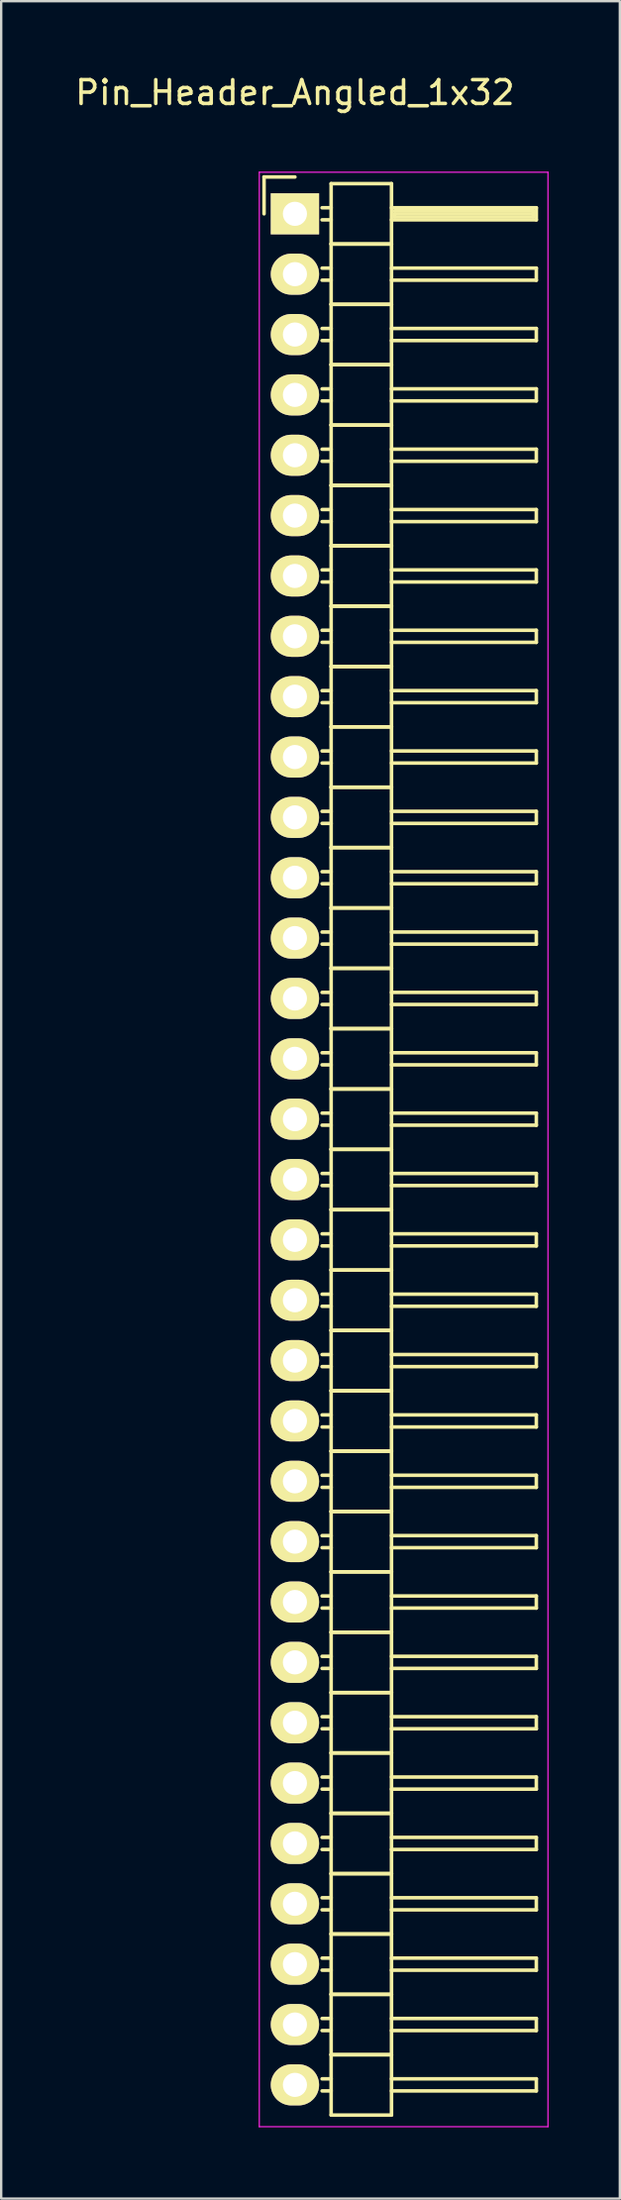
<source format=kicad_pcb>
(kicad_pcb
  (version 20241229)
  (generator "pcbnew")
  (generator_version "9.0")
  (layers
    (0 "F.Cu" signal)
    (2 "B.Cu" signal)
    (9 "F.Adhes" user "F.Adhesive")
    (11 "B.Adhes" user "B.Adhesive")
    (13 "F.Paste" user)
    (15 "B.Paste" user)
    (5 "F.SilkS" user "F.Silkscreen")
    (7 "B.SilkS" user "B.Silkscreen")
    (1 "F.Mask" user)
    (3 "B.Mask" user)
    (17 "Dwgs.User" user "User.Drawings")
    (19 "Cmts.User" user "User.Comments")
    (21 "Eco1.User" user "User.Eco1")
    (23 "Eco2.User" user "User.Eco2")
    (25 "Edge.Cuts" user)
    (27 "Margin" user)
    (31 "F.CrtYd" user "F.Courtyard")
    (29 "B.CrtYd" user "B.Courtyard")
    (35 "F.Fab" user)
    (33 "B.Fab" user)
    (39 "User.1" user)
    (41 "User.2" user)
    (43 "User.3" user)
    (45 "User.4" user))
  (footprint "Pin_Header_Angled_1x32"
    (layer "F.Cu")
    (at 9.363 5.948)
    (property "Reference" "Pin_Header_Angled_1x32" (at 0 -5.1 0) (layer "F.SilkS") (effects (font (size 1 1) (thickness 0.15))))
    (attr through_hole)
    (fp_line (start -1.3 -1.55) (end -1.3 0) (stroke (width 0.15) (type solid)) (layer "F.SilkS"))
    (fp_line (start 0 -1.55) (end -1.3 -1.55) (stroke (width 0.15) (type solid)) (layer "F.SilkS"))
    (fp_line (start 1.524 -1.27) (end 1.524 1.27) (stroke (width 0.15) (type solid)) (layer "F.SilkS"))
    (fp_line (start 1.524 -1.27) (end 4.064 -1.27) (stroke (width 0.15) (type solid)) (layer "F.SilkS"))
    (fp_line (start 1.524 -0.254) (end 1.143 -0.254) (stroke (width 0.15) (type solid)) (layer "F.SilkS"))
    (fp_line (start 1.524 0.254) (end 1.143 0.254) (stroke (width 0.15) (type solid)) (layer "F.SilkS"))
    (fp_line (start 1.524 1.27) (end 1.524 3.81) (stroke (width 0.15) (type solid)) (layer "F.SilkS"))
    (fp_line (start 1.524 1.27) (end 4.064 1.27) (stroke (width 0.15) (type solid)) (layer "F.SilkS"))
    (fp_line (start 1.524 1.27) (end 4.064 1.27) (stroke (width 0.15) (type solid)) (layer "F.SilkS"))
    (fp_line (start 1.524 2.286) (end 1.143 2.286) (stroke (width 0.15) (type solid)) (layer "F.SilkS"))
    (fp_line (start 1.524 2.794) (end 1.143 2.794) (stroke (width 0.15) (type solid)) (layer "F.SilkS"))
    (fp_line (start 1.524 3.81) (end 1.524 6.35) (stroke (width 0.15) (type solid)) (layer "F.SilkS"))
    (fp_line (start 1.524 3.81) (end 4.064 3.81) (stroke (width 0.15) (type solid)) (layer "F.SilkS"))
    (fp_line (start 1.524 3.81) (end 4.064 3.81) (stroke (width 0.15) (type solid)) (layer "F.SilkS"))
    (fp_line (start 1.524 4.826) (end 1.143 4.826) (stroke (width 0.15) (type solid)) (layer "F.SilkS"))
    (fp_line (start 1.524 5.334) (end 1.143 5.334) (stroke (width 0.15) (type solid)) (layer "F.SilkS"))
    (fp_line (start 1.524 6.35) (end 1.524 8.89) (stroke (width 0.15) (type solid)) (layer "F.SilkS"))
    (fp_line (start 1.524 6.35) (end 4.064 6.35) (stroke (width 0.15) (type solid)) (layer "F.SilkS"))
    (fp_line (start 1.524 6.35) (end 4.064 6.35) (stroke (width 0.15) (type solid)) (layer "F.SilkS"))
    (fp_line (start 1.524 7.366) (end 1.143 7.366) (stroke (width 0.15) (type solid)) (layer "F.SilkS"))
    (fp_line (start 1.524 7.874) (end 1.143 7.874) (stroke (width 0.15) (type solid)) (layer "F.SilkS"))
    (fp_line (start 1.524 8.89) (end 1.524 11.43) (stroke (width 0.15) (type solid)) (layer "F.SilkS"))
    (fp_line (start 1.524 8.89) (end 4.064 8.89) (stroke (width 0.15) (type solid)) (layer "F.SilkS"))
    (fp_line (start 1.524 8.89) (end 4.064 8.89) (stroke (width 0.15) (type solid)) (layer "F.SilkS"))
    (fp_line (start 1.524 9.906) (end 1.143 9.906) (stroke (width 0.15) (type solid)) (layer "F.SilkS"))
    (fp_line (start 1.524 10.414) (end 1.143 10.414) (stroke (width 0.15) (type solid)) (layer "F.SilkS"))
    (fp_line (start 1.524 11.43) (end 1.524 13.97) (stroke (width 0.15) (type solid)) (layer "F.SilkS"))
    (fp_line (start 1.524 11.43) (end 4.064 11.43) (stroke (width 0.15) (type solid)) (layer "F.SilkS"))
    (fp_line (start 1.524 11.43) (end 4.064 11.43) (stroke (width 0.15) (type solid)) (layer "F.SilkS"))
    (fp_line (start 1.524 12.446) (end 1.143 12.446) (stroke (width 0.15) (type solid)) (layer "F.SilkS"))
    (fp_line (start 1.524 12.954) (end 1.143 12.954) (stroke (width 0.15) (type solid)) (layer "F.SilkS"))
    (fp_line (start 1.524 13.97) (end 1.524 16.51) (stroke (width 0.15) (type solid)) (layer "F.SilkS"))
    (fp_line (start 1.524 13.97) (end 4.064 13.97) (stroke (width 0.15) (type solid)) (layer "F.SilkS"))
    (fp_line (start 1.524 13.97) (end 4.064 13.97) (stroke (width 0.15) (type solid)) (layer "F.SilkS"))
    (fp_line (start 1.524 14.986) (end 1.143 14.986) (stroke (width 0.15) (type solid)) (layer "F.SilkS"))
    (fp_line (start 1.524 15.494) (end 1.143 15.494) (stroke (width 0.15) (type solid)) (layer "F.SilkS"))
    (fp_line (start 1.524 16.51) (end 1.524 19.05) (stroke (width 0.15) (type solid)) (layer "F.SilkS"))
    (fp_line (start 1.524 16.51) (end 4.064 16.51) (stroke (width 0.15) (type solid)) (layer "F.SilkS"))
    (fp_line (start 1.524 16.51) (end 4.064 16.51) (stroke (width 0.15) (type solid)) (layer "F.SilkS"))
    (fp_line (start 1.524 17.526) (end 1.143 17.526) (stroke (width 0.15) (type solid)) (layer "F.SilkS"))
    (fp_line (start 1.524 18.034) (end 1.143 18.034) (stroke (width 0.15) (type solid)) (layer "F.SilkS"))
    (fp_line (start 1.524 19.05) (end 1.524 21.59) (stroke (width 0.15) (type solid)) (layer "F.SilkS"))
    (fp_line (start 1.524 19.05) (end 4.064 19.05) (stroke (width 0.15) (type solid)) (layer "F.SilkS"))
    (fp_line (start 1.524 19.05) (end 4.064 19.05) (stroke (width 0.15) (type solid)) (layer "F.SilkS"))
    (fp_line (start 1.524 20.066) (end 1.143 20.066) (stroke (width 0.15) (type solid)) (layer "F.SilkS"))
    (fp_line (start 1.524 20.574) (end 1.143 20.574) (stroke (width 0.15) (type solid)) (layer "F.SilkS"))
    (fp_line (start 1.524 21.59) (end 1.524 24.13) (stroke (width 0.15) (type solid)) (layer "F.SilkS"))
    (fp_line (start 1.524 21.59) (end 4.064 21.59) (stroke (width 0.15) (type solid)) (layer "F.SilkS"))
    (fp_line (start 1.524 21.59) (end 4.064 21.59) (stroke (width 0.15) (type solid)) (layer "F.SilkS"))
    (fp_line (start 1.524 22.606) (end 1.143 22.606) (stroke (width 0.15) (type solid)) (layer "F.SilkS"))
    (fp_line (start 1.524 23.114) (end 1.143 23.114) (stroke (width 0.15) (type solid)) (layer "F.SilkS"))
    (fp_line (start 1.524 24.13) (end 1.524 26.67) (stroke (width 0.15) (type solid)) (layer "F.SilkS"))
    (fp_line (start 1.524 24.13) (end 4.064 24.13) (stroke (width 0.15) (type solid)) (layer "F.SilkS"))
    (fp_line (start 1.524 24.13) (end 4.064 24.13) (stroke (width 0.15) (type solid)) (layer "F.SilkS"))
    (fp_line (start 1.524 25.146) (end 1.143 25.146) (stroke (width 0.15) (type solid)) (layer "F.SilkS"))
    (fp_line (start 1.524 25.654) (end 1.143 25.654) (stroke (width 0.15) (type solid)) (layer "F.SilkS"))
    (fp_line (start 1.524 26.67) (end 1.524 29.21) (stroke (width 0.15) (type solid)) (layer "F.SilkS"))
    (fp_line (start 1.524 26.67) (end 4.064 26.67) (stroke (width 0.15) (type solid)) (layer "F.SilkS"))
    (fp_line (start 1.524 26.67) (end 4.064 26.67) (stroke (width 0.15) (type solid)) (layer "F.SilkS"))
    (fp_line (start 1.524 27.686) (end 1.143 27.686) (stroke (width 0.15) (type solid)) (layer "F.SilkS"))
    (fp_line (start 1.524 28.194) (end 1.143 28.194) (stroke (width 0.15) (type solid)) (layer "F.SilkS"))
    (fp_line (start 1.524 29.21) (end 1.524 31.75) (stroke (width 0.15) (type solid)) (layer "F.SilkS"))
    (fp_line (start 1.524 29.21) (end 4.064 29.21) (stroke (width 0.15) (type solid)) (layer "F.SilkS"))
    (fp_line (start 1.524 29.21) (end 4.064 29.21) (stroke (width 0.15) (type solid)) (layer "F.SilkS"))
    (fp_line (start 1.524 30.226) (end 1.143 30.226) (stroke (width 0.15) (type solid)) (layer "F.SilkS"))
    (fp_line (start 1.524 30.734) (end 1.143 30.734) (stroke (width 0.15) (type solid)) (layer "F.SilkS"))
    (fp_line (start 1.524 31.75) (end 1.524 34.29) (stroke (width 0.15) (type solid)) (layer "F.SilkS"))
    (fp_line (start 1.524 31.75) (end 4.064 31.75) (stroke (width 0.15) (type solid)) (layer "F.SilkS"))
    (fp_line (start 1.524 31.75) (end 4.064 31.75) (stroke (width 0.15) (type solid)) (layer "F.SilkS"))
    (fp_line (start 1.524 32.766) (end 1.143 32.766) (stroke (width 0.15) (type solid)) (layer "F.SilkS"))
    (fp_line (start 1.524 33.274) (end 1.143 33.274) (stroke (width 0.15) (type solid)) (layer "F.SilkS"))
    (fp_line (start 1.524 34.29) (end 1.524 36.83) (stroke (width 0.15) (type solid)) (layer "F.SilkS"))
    (fp_line (start 1.524 34.29) (end 4.064 34.29) (stroke (width 0.15) (type solid)) (layer "F.SilkS"))
    (fp_line (start 1.524 34.29) (end 4.064 34.29) (stroke (width 0.15) (type solid)) (layer "F.SilkS"))
    (fp_line (start 1.524 35.306) (end 1.143 35.306) (stroke (width 0.15) (type solid)) (layer "F.SilkS"))
    (fp_line (start 1.524 35.814) (end 1.143 35.814) (stroke (width 0.15) (type solid)) (layer "F.SilkS"))
    (fp_line (start 1.524 36.83) (end 1.524 39.37) (stroke (width 0.15) (type solid)) (layer "F.SilkS"))
    (fp_line (start 1.524 36.83) (end 4.064 36.83) (stroke (width 0.15) (type solid)) (layer "F.SilkS"))
    (fp_line (start 1.524 36.83) (end 4.064 36.83) (stroke (width 0.15) (type solid)) (layer "F.SilkS"))
    (fp_line (start 1.524 37.846) (end 1.143 37.846) (stroke (width 0.15) (type solid)) (layer "F.SilkS"))
    (fp_line (start 1.524 38.354) (end 1.143 38.354) (stroke (width 0.15) (type solid)) (layer "F.SilkS"))
    (fp_line (start 1.524 39.37) (end 1.524 41.91) (stroke (width 0.15) (type solid)) (layer "F.SilkS"))
    (fp_line (start 1.524 39.37) (end 4.064 39.37) (stroke (width 0.15) (type solid)) (layer "F.SilkS"))
    (fp_line (start 1.524 39.37) (end 4.064 39.37) (stroke (width 0.15) (type solid)) (layer "F.SilkS"))
    (fp_line (start 1.524 40.386) (end 1.143 40.386) (stroke (width 0.15) (type solid)) (layer "F.SilkS"))
    (fp_line (start 1.524 40.894) (end 1.143 40.894) (stroke (width 0.15) (type solid)) (layer "F.SilkS"))
    (fp_line (start 1.524 41.91) (end 1.524 44.45) (stroke (width 0.15) (type solid)) (layer "F.SilkS"))
    (fp_line (start 1.524 41.91) (end 4.064 41.91) (stroke (width 0.15) (type solid)) (layer "F.SilkS"))
    (fp_line (start 1.524 41.91) (end 4.064 41.91) (stroke (width 0.15) (type solid)) (layer "F.SilkS"))
    (fp_line (start 1.524 42.926) (end 1.143 42.926) (stroke (width 0.15) (type solid)) (layer "F.SilkS"))
    (fp_line (start 1.524 43.434) (end 1.143 43.434) (stroke (width 0.15) (type solid)) (layer "F.SilkS"))
    (fp_line (start 1.524 44.45) (end 1.524 46.99) (stroke (width 0.15) (type solid)) (layer "F.SilkS"))
    (fp_line (start 1.524 44.45) (end 4.064 44.45) (stroke (width 0.15) (type solid)) (layer "F.SilkS"))
    (fp_line (start 1.524 44.45) (end 4.064 44.45) (stroke (width 0.15) (type solid)) (layer "F.SilkS"))
    (fp_line (start 1.524 45.466) (end 1.143 45.466) (stroke (width 0.15) (type solid)) (layer "F.SilkS"))
    (fp_line (start 1.524 45.974) (end 1.143 45.974) (stroke (width 0.15) (type solid)) (layer "F.SilkS"))
    (fp_line (start 1.524 46.99) (end 1.524 49.53) (stroke (width 0.15) (type solid)) (layer "F.SilkS"))
    (fp_line (start 1.524 46.99) (end 4.064 46.99) (stroke (width 0.15) (type solid)) (layer "F.SilkS"))
    (fp_line (start 1.524 46.99) (end 4.064 46.99) (stroke (width 0.15) (type solid)) (layer "F.SilkS"))
    (fp_line (start 1.524 48.006) (end 1.143 48.006) (stroke (width 0.15) (type solid)) (layer "F.SilkS"))
    (fp_line (start 1.524 48.514) (end 1.143 48.514) (stroke (width 0.15) (type solid)) (layer "F.SilkS"))
    (fp_line (start 1.524 49.53) (end 1.524 52.07) (stroke (width 0.15) (type solid)) (layer "F.SilkS"))
    (fp_line (start 1.524 49.53) (end 4.064 49.53) (stroke (width 0.15) (type solid)) (layer "F.SilkS"))
    (fp_line (start 1.524 49.53) (end 4.064 49.53) (stroke (width 0.15) (type solid)) (layer "F.SilkS"))
    (fp_line (start 1.524 50.546) (end 1.143 50.546) (stroke (width 0.15) (type solid)) (layer "F.SilkS"))
    (fp_line (start 1.524 51.054) (end 1.143 51.054) (stroke (width 0.15) (type solid)) (layer "F.SilkS"))
    (fp_line (start 1.524 52.07) (end 1.524 54.61) (stroke (width 0.15) (type solid)) (layer "F.SilkS"))
    (fp_line (start 1.524 52.07) (end 4.064 52.07) (stroke (width 0.15) (type solid)) (layer "F.SilkS"))
    (fp_line (start 1.524 52.07) (end 4.064 52.07) (stroke (width 0.15) (type solid)) (layer "F.SilkS"))
    (fp_line (start 1.524 53.086) (end 1.143 53.086) (stroke (width 0.15) (type solid)) (layer "F.SilkS"))
    (fp_line (start 1.524 53.594) (end 1.143 53.594) (stroke (width 0.15) (type solid)) (layer "F.SilkS"))
    (fp_line (start 1.524 54.61) (end 1.524 57.15) (stroke (width 0.15) (type solid)) (layer "F.SilkS"))
    (fp_line (start 1.524 54.61) (end 4.064 54.61) (stroke (width 0.15) (type solid)) (layer "F.SilkS"))
    (fp_line (start 1.524 54.61) (end 4.064 54.61) (stroke (width 0.15) (type solid)) (layer "F.SilkS"))
    (fp_line (start 1.524 55.626) (end 1.143 55.626) (stroke (width 0.15) (type solid)) (layer "F.SilkS"))
    (fp_line (start 1.524 56.134) (end 1.143 56.134) (stroke (width 0.15) (type solid)) (layer "F.SilkS"))
    (fp_line (start 1.524 57.15) (end 1.524 59.69) (stroke (width 0.15) (type solid)) (layer "F.SilkS"))
    (fp_line (start 1.524 57.15) (end 4.064 57.15) (stroke (width 0.15) (type solid)) (layer "F.SilkS"))
    (fp_line (start 1.524 57.15) (end 4.064 57.15) (stroke (width 0.15) (type solid)) (layer "F.SilkS"))
    (fp_line (start 1.524 58.166) (end 1.143 58.166) (stroke (width 0.15) (type solid)) (layer "F.SilkS"))
    (fp_line (start 1.524 58.674) (end 1.143 58.674) (stroke (width 0.15) (type solid)) (layer "F.SilkS"))
    (fp_line (start 1.524 59.69) (end 1.524 62.23) (stroke (width 0.15) (type solid)) (layer "F.SilkS"))
    (fp_line (start 1.524 59.69) (end 4.064 59.69) (stroke (width 0.15) (type solid)) (layer "F.SilkS"))
    (fp_line (start 1.524 59.69) (end 4.064 59.69) (stroke (width 0.15) (type solid)) (layer "F.SilkS"))
    (fp_line (start 1.524 60.706) (end 1.143 60.706) (stroke (width 0.15) (type solid)) (layer "F.SilkS"))
    (fp_line (start 1.524 61.214) (end 1.143 61.214) (stroke (width 0.15) (type solid)) (layer "F.SilkS"))
    (fp_line (start 1.524 62.23) (end 1.524 64.77) (stroke (width 0.15) (type solid)) (layer "F.SilkS"))
    (fp_line (start 1.524 62.23) (end 4.064 62.23) (stroke (width 0.15) (type solid)) (layer "F.SilkS"))
    (fp_line (start 1.524 62.23) (end 4.064 62.23) (stroke (width 0.15) (type solid)) (layer "F.SilkS"))
    (fp_line (start 1.524 63.246) (end 1.143 63.246) (stroke (width 0.15) (type solid)) (layer "F.SilkS"))
    (fp_line (start 1.524 63.754) (end 1.143 63.754) (stroke (width 0.15) (type solid)) (layer "F.SilkS"))
    (fp_line (start 1.524 64.77) (end 1.524 67.31) (stroke (width 0.15) (type solid)) (layer "F.SilkS"))
    (fp_line (start 1.524 64.77) (end 4.064 64.77) (stroke (width 0.15) (type solid)) (layer "F.SilkS"))
    (fp_line (start 1.524 64.77) (end 4.064 64.77) (stroke (width 0.15) (type solid)) (layer "F.SilkS"))
    (fp_line (start 1.524 65.786) (end 1.143 65.786) (stroke (width 0.15) (type solid)) (layer "F.SilkS"))
    (fp_line (start 1.524 66.294) (end 1.143 66.294) (stroke (width 0.15) (type solid)) (layer "F.SilkS"))
    (fp_line (start 1.524 67.31) (end 1.524 69.85) (stroke (width 0.15) (type solid)) (layer "F.SilkS"))
    (fp_line (start 1.524 67.31) (end 4.064 67.31) (stroke (width 0.15) (type solid)) (layer "F.SilkS"))
    (fp_line (start 1.524 67.31) (end 4.064 67.31) (stroke (width 0.15) (type solid)) (layer "F.SilkS"))
    (fp_line (start 1.524 68.326) (end 1.143 68.326) (stroke (width 0.15) (type solid)) (layer "F.SilkS"))
    (fp_line (start 1.524 68.834) (end 1.143 68.834) (stroke (width 0.15) (type solid)) (layer "F.SilkS"))
    (fp_line (start 1.524 69.85) (end 1.524 72.39) (stroke (width 0.15) (type solid)) (layer "F.SilkS"))
    (fp_line (start 1.524 69.85) (end 4.064 69.85) (stroke (width 0.15) (type solid)) (layer "F.SilkS"))
    (fp_line (start 1.524 69.85) (end 4.064 69.85) (stroke (width 0.15) (type solid)) (layer "F.SilkS"))
    (fp_line (start 1.524 70.866) (end 1.143 70.866) (stroke (width 0.15) (type solid)) (layer "F.SilkS"))
    (fp_line (start 1.524 71.374) (end 1.143 71.374) (stroke (width 0.15) (type solid)) (layer "F.SilkS"))
    (fp_line (start 1.524 72.39) (end 1.524 74.93) (stroke (width 0.15) (type solid)) (layer "F.SilkS"))
    (fp_line (start 1.524 72.39) (end 4.064 72.39) (stroke (width 0.15) (type solid)) (layer "F.SilkS"))
    (fp_line (start 1.524 72.39) (end 4.064 72.39) (stroke (width 0.15) (type solid)) (layer "F.SilkS"))
    (fp_line (start 1.524 73.406) (end 1.143 73.406) (stroke (width 0.15) (type solid)) (layer "F.SilkS"))
    (fp_line (start 1.524 73.914) (end 1.143 73.914) (stroke (width 0.15) (type solid)) (layer "F.SilkS"))
    (fp_line (start 1.524 74.93) (end 1.524 77.47) (stroke (width 0.15) (type solid)) (layer "F.SilkS"))
    (fp_line (start 1.524 74.93) (end 4.064 74.93) (stroke (width 0.15) (type solid)) (layer "F.SilkS"))
    (fp_line (start 1.524 74.93) (end 4.064 74.93) (stroke (width 0.15) (type solid)) (layer "F.SilkS"))
    (fp_line (start 1.524 75.946) (end 1.143 75.946) (stroke (width 0.15) (type solid)) (layer "F.SilkS"))
    (fp_line (start 1.524 76.454) (end 1.143 76.454) (stroke (width 0.15) (type solid)) (layer "F.SilkS"))
    (fp_line (start 1.524 77.47) (end 1.524 80.01) (stroke (width 0.15) (type solid)) (layer "F.SilkS"))
    (fp_line (start 1.524 77.47) (end 4.064 77.47) (stroke (width 0.15) (type solid)) (layer "F.SilkS"))
    (fp_line (start 1.524 77.47) (end 4.064 77.47) (stroke (width 0.15) (type solid)) (layer "F.SilkS"))
    (fp_line (start 1.524 78.486) (end 1.143 78.486) (stroke (width 0.15) (type solid)) (layer "F.SilkS"))
    (fp_line (start 1.524 78.994) (end 1.143 78.994) (stroke (width 0.15) (type solid)) (layer "F.SilkS"))
    (fp_line (start 1.524 80.01) (end 4.064 80.01) (stroke (width 0.15) (type solid)) (layer "F.SilkS"))
    (fp_line (start 4.064 -0.254) (end 10.16 -0.254) (stroke (width 0.15) (type solid)) (layer "F.SilkS"))
    (fp_line (start 4.064 1.27) (end 4.064 -1.27) (stroke (width 0.15) (type solid)) (layer "F.SilkS"))
    (fp_line (start 4.064 2.286) (end 10.16 2.286) (stroke (width 0.15) (type solid)) (layer "F.SilkS"))
    (fp_line (start 4.064 3.81) (end 4.064 1.27) (stroke (width 0.15) (type solid)) (layer "F.SilkS"))
    (fp_line (start 4.064 4.826) (end 10.16 4.826) (stroke (width 0.15) (type solid)) (layer "F.SilkS"))
    (fp_line (start 4.064 6.35) (end 4.064 3.81) (stroke (width 0.15) (type solid)) (layer "F.SilkS"))
    (fp_line (start 4.064 7.366) (end 10.16 7.366) (stroke (width 0.15) (type solid)) (layer "F.SilkS"))
    (fp_line (start 4.064 8.89) (end 4.064 6.35) (stroke (width 0.15) (type solid)) (layer "F.SilkS"))
    (fp_line (start 4.064 9.906) (end 10.16 9.906) (stroke (width 0.15) (type solid)) (layer "F.SilkS"))
    (fp_line (start 4.064 11.43) (end 4.064 8.89) (stroke (width 0.15) (type solid)) (layer "F.SilkS"))
    (fp_line (start 4.064 12.446) (end 10.16 12.446) (stroke (width 0.15) (type solid)) (layer "F.SilkS"))
    (fp_line (start 4.064 13.97) (end 4.064 11.43) (stroke (width 0.15) (type solid)) (layer "F.SilkS"))
    (fp_line (start 4.064 14.986) (end 10.16 14.986) (stroke (width 0.15) (type solid)) (layer "F.SilkS"))
    (fp_line (start 4.064 16.51) (end 4.064 13.97) (stroke (width 0.15) (type solid)) (layer "F.SilkS"))
    (fp_line (start 4.064 17.526) (end 10.16 17.526) (stroke (width 0.15) (type solid)) (layer "F.SilkS"))
    (fp_line (start 4.064 19.05) (end 4.064 16.51) (stroke (width 0.15) (type solid)) (layer "F.SilkS"))
    (fp_line (start 4.064 20.066) (end 10.16 20.066) (stroke (width 0.15) (type solid)) (layer "F.SilkS"))
    (fp_line (start 4.064 21.59) (end 4.064 19.05) (stroke (width 0.15) (type solid)) (layer "F.SilkS"))
    (fp_line (start 4.064 22.606) (end 10.16 22.606) (stroke (width 0.15) (type solid)) (layer "F.SilkS"))
    (fp_line (start 4.064 24.13) (end 4.064 21.59) (stroke (width 0.15) (type solid)) (layer "F.SilkS"))
    (fp_line (start 4.064 25.146) (end 10.16 25.146) (stroke (width 0.15) (type solid)) (layer "F.SilkS"))
    (fp_line (start 4.064 26.67) (end 4.064 24.13) (stroke (width 0.15) (type solid)) (layer "F.SilkS"))
    (fp_line (start 4.064 27.686) (end 10.16 27.686) (stroke (width 0.15) (type solid)) (layer "F.SilkS"))
    (fp_line (start 4.064 29.21) (end 4.064 26.67) (stroke (width 0.15) (type solid)) (layer "F.SilkS"))
    (fp_line (start 4.064 30.226) (end 10.16 30.226) (stroke (width 0.15) (type solid)) (layer "F.SilkS"))
    (fp_line (start 4.064 31.75) (end 4.064 29.21) (stroke (width 0.15) (type solid)) (layer "F.SilkS"))
    (fp_line (start 4.064 32.766) (end 10.16 32.766) (stroke (width 0.15) (type solid)) (layer "F.SilkS"))
    (fp_line (start 4.064 34.29) (end 4.064 31.75) (stroke (width 0.15) (type solid)) (layer "F.SilkS"))
    (fp_line (start 4.064 35.306) (end 10.16 35.306) (stroke (width 0.15) (type solid)) (layer "F.SilkS"))
    (fp_line (start 4.064 36.83) (end 4.064 34.29) (stroke (width 0.15) (type solid)) (layer "F.SilkS"))
    (fp_line (start 4.064 37.846) (end 10.16 37.846) (stroke (width 0.15) (type solid)) (layer "F.SilkS"))
    (fp_line (start 4.064 39.37) (end 4.064 36.83) (stroke (width 0.15) (type solid)) (layer "F.SilkS"))
    (fp_line (start 4.064 40.386) (end 10.16 40.386) (stroke (width 0.15) (type solid)) (layer "F.SilkS"))
    (fp_line (start 4.064 41.91) (end 4.064 39.37) (stroke (width 0.15) (type solid)) (layer "F.SilkS"))
    (fp_line (start 4.064 42.926) (end 10.16 42.926) (stroke (width 0.15) (type solid)) (layer "F.SilkS"))
    (fp_line (start 4.064 44.45) (end 4.064 41.91) (stroke (width 0.15) (type solid)) (layer "F.SilkS"))
    (fp_line (start 4.064 45.466) (end 10.16 45.466) (stroke (width 0.15) (type solid)) (layer "F.SilkS"))
    (fp_line (start 4.064 46.99) (end 4.064 44.45) (stroke (width 0.15) (type solid)) (layer "F.SilkS"))
    (fp_line (start 4.064 48.006) (end 10.16 48.006) (stroke (width 0.15) (type solid)) (layer "F.SilkS"))
    (fp_line (start 4.064 49.53) (end 4.064 46.99) (stroke (width 0.15) (type solid)) (layer "F.SilkS"))
    (fp_line (start 4.064 50.546) (end 10.16 50.546) (stroke (width 0.15) (type solid)) (layer "F.SilkS"))
    (fp_line (start 4.064 52.07) (end 4.064 49.53) (stroke (width 0.15) (type solid)) (layer "F.SilkS"))
    (fp_line (start 4.064 53.086) (end 10.16 53.086) (stroke (width 0.15) (type solid)) (layer "F.SilkS"))
    (fp_line (start 4.064 54.61) (end 4.064 52.07) (stroke (width 0.15) (type solid)) (layer "F.SilkS"))
    (fp_line (start 4.064 55.626) (end 10.16 55.626) (stroke (width 0.15) (type solid)) (layer "F.SilkS"))
    (fp_line (start 4.064 57.15) (end 4.064 54.61) (stroke (width 0.15) (type solid)) (layer "F.SilkS"))
    (fp_line (start 4.064 58.166) (end 10.16 58.166) (stroke (width 0.15) (type solid)) (layer "F.SilkS"))
    (fp_line (start 4.064 59.69) (end 4.064 57.15) (stroke (width 0.15) (type solid)) (layer "F.SilkS"))
    (fp_line (start 4.064 60.706) (end 10.16 60.706) (stroke (width 0.15) (type solid)) (layer "F.SilkS"))
    (fp_line (start 4.064 62.23) (end 4.064 59.69) (stroke (width 0.15) (type solid)) (layer "F.SilkS"))
    (fp_line (start 4.064 63.246) (end 10.16 63.246) (stroke (width 0.15) (type solid)) (layer "F.SilkS"))
    (fp_line (start 4.064 64.77) (end 4.064 62.23) (stroke (width 0.15) (type solid)) (layer "F.SilkS"))
    (fp_line (start 4.064 65.786) (end 10.16 65.786) (stroke (width 0.15) (type solid)) (layer "F.SilkS"))
    (fp_line (start 4.064 67.31) (end 4.064 64.77) (stroke (width 0.15) (type solid)) (layer "F.SilkS"))
    (fp_line (start 4.064 68.326) (end 10.16 68.326) (stroke (width 0.15) (type solid)) (layer "F.SilkS"))
    (fp_line (start 4.064 69.85) (end 4.064 67.31) (stroke (width 0.15) (type solid)) (layer "F.SilkS"))
    (fp_line (start 4.064 70.866) (end 10.16 70.866) (stroke (width 0.15) (type solid)) (layer "F.SilkS"))
    (fp_line (start 4.064 72.39) (end 4.064 69.85) (stroke (width 0.15) (type solid)) (layer "F.SilkS"))
    (fp_line (start 4.064 73.406) (end 10.16 73.406) (stroke (width 0.15) (type solid)) (layer "F.SilkS"))
    (fp_line (start 4.064 74.93) (end 4.064 72.39) (stroke (width 0.15) (type solid)) (layer "F.SilkS"))
    (fp_line (start 4.064 75.946) (end 10.16 75.946) (stroke (width 0.15) (type solid)) (layer "F.SilkS"))
    (fp_line (start 4.064 77.47) (end 4.064 74.93) (stroke (width 0.15) (type solid)) (layer "F.SilkS"))
    (fp_line (start 4.064 78.486) (end 10.16 78.486) (stroke (width 0.15) (type solid)) (layer "F.SilkS"))
    (fp_line (start 4.064 80.01) (end 4.064 77.47) (stroke (width 0.15) (type solid)) (layer "F.SilkS"))
    (fp_line (start 4.191 -0.127) (end 10.033 -0.127) (stroke (width 0.15) (type solid)) (layer "F.SilkS"))
    (fp_line (start 4.191 0) (end 10.033 0) (stroke (width 0.15) (type solid)) (layer "F.SilkS"))
    (fp_line (start 4.191 0.127) (end 4.191 0) (stroke (width 0.15) (type solid)) (layer "F.SilkS"))
    (fp_line (start 10.033 -0.127) (end 10.033 0.127) (stroke (width 0.15) (type solid)) (layer "F.SilkS"))
    (fp_line (start 10.033 0.127) (end 4.191 0.127) (stroke (width 0.15) (type solid)) (layer "F.SilkS"))
    (fp_line (start 10.16 -0.254) (end 10.16 0.254) (stroke (width 0.15) (type solid)) (layer "F.SilkS"))
    (fp_line (start 10.16 0.254) (end 4.064 0.254) (stroke (width 0.15) (type solid)) (layer "F.SilkS"))
    (fp_line (start 10.16 2.286) (end 10.16 2.794) (stroke (width 0.15) (type solid)) (layer "F.SilkS"))
    (fp_line (start 10.16 2.794) (end 4.064 2.794) (stroke (width 0.15) (type solid)) (layer "F.SilkS"))
    (fp_line (start 10.16 4.826) (end 10.16 5.334) (stroke (width 0.15) (type solid)) (layer "F.SilkS"))
    (fp_line (start 10.16 5.334) (end 4.064 5.334) (stroke (width 0.15) (type solid)) (layer "F.SilkS"))
    (fp_line (start 10.16 7.366) (end 10.16 7.874) (stroke (width 0.15) (type solid)) (layer "F.SilkS"))
    (fp_line (start 10.16 7.874) (end 4.064 7.874) (stroke (width 0.15) (type solid)) (layer "F.SilkS"))
    (fp_line (start 10.16 9.906) (end 10.16 10.414) (stroke (width 0.15) (type solid)) (layer "F.SilkS"))
    (fp_line (start 10.16 10.414) (end 4.064 10.414) (stroke (width 0.15) (type solid)) (layer "F.SilkS"))
    (fp_line (start 10.16 12.446) (end 10.16 12.954) (stroke (width 0.15) (type solid)) (layer "F.SilkS"))
    (fp_line (start 10.16 12.954) (end 4.064 12.954) (stroke (width 0.15) (type solid)) (layer "F.SilkS"))
    (fp_line (start 10.16 14.986) (end 10.16 15.494) (stroke (width 0.15) (type solid)) (layer "F.SilkS"))
    (fp_line (start 10.16 15.494) (end 4.064 15.494) (stroke (width 0.15) (type solid)) (layer "F.SilkS"))
    (fp_line (start 10.16 17.526) (end 10.16 18.034) (stroke (width 0.15) (type solid)) (layer "F.SilkS"))
    (fp_line (start 10.16 18.034) (end 4.064 18.034) (stroke (width 0.15) (type solid)) (layer "F.SilkS"))
    (fp_line (start 10.16 20.066) (end 10.16 20.574) (stroke (width 0.15) (type solid)) (layer "F.SilkS"))
    (fp_line (start 10.16 20.574) (end 4.064 20.574) (stroke (width 0.15) (type solid)) (layer "F.SilkS"))
    (fp_line (start 10.16 22.606) (end 10.16 23.114) (stroke (width 0.15) (type solid)) (layer "F.SilkS"))
    (fp_line (start 10.16 23.114) (end 4.064 23.114) (stroke (width 0.15) (type solid)) (layer "F.SilkS"))
    (fp_line (start 10.16 25.146) (end 10.16 25.654) (stroke (width 0.15) (type solid)) (layer "F.SilkS"))
    (fp_line (start 10.16 25.654) (end 4.064 25.654) (stroke (width 0.15) (type solid)) (layer "F.SilkS"))
    (fp_line (start 10.16 27.686) (end 10.16 28.194) (stroke (width 0.15) (type solid)) (layer "F.SilkS"))
    (fp_line (start 10.16 28.194) (end 4.064 28.194) (stroke (width 0.15) (type solid)) (layer "F.SilkS"))
    (fp_line (start 10.16 30.226) (end 10.16 30.734) (stroke (width 0.15) (type solid)) (layer "F.SilkS"))
    (fp_line (start 10.16 30.734) (end 4.064 30.734) (stroke (width 0.15) (type solid)) (layer "F.SilkS"))
    (fp_line (start 10.16 32.766) (end 10.16 33.274) (stroke (width 0.15) (type solid)) (layer "F.SilkS"))
    (fp_line (start 10.16 33.274) (end 4.064 33.274) (stroke (width 0.15) (type solid)) (layer "F.SilkS"))
    (fp_line (start 10.16 35.306) (end 10.16 35.814) (stroke (width 0.15) (type solid)) (layer "F.SilkS"))
    (fp_line (start 10.16 35.814) (end 4.064 35.814) (stroke (width 0.15) (type solid)) (layer "F.SilkS"))
    (fp_line (start 10.16 37.846) (end 10.16 38.354) (stroke (width 0.15) (type solid)) (layer "F.SilkS"))
    (fp_line (start 10.16 38.354) (end 4.064 38.354) (stroke (width 0.15) (type solid)) (layer "F.SilkS"))
    (fp_line (start 10.16 40.386) (end 10.16 40.894) (stroke (width 0.15) (type solid)) (layer "F.SilkS"))
    (fp_line (start 10.16 40.894) (end 4.064 40.894) (stroke (width 0.15) (type solid)) (layer "F.SilkS"))
    (fp_line (start 10.16 42.926) (end 10.16 43.434) (stroke (width 0.15) (type solid)) (layer "F.SilkS"))
    (fp_line (start 10.16 43.434) (end 4.064 43.434) (stroke (width 0.15) (type solid)) (layer "F.SilkS"))
    (fp_line (start 10.16 45.466) (end 10.16 45.974) (stroke (width 0.15) (type solid)) (layer "F.SilkS"))
    (fp_line (start 10.16 45.974) (end 4.064 45.974) (stroke (width 0.15) (type solid)) (layer "F.SilkS"))
    (fp_line (start 10.16 48.006) (end 10.16 48.514) (stroke (width 0.15) (type solid)) (layer "F.SilkS"))
    (fp_line (start 10.16 48.514) (end 4.064 48.514) (stroke (width 0.15) (type solid)) (layer "F.SilkS"))
    (fp_line (start 10.16 50.546) (end 10.16 51.054) (stroke (width 0.15) (type solid)) (layer "F.SilkS"))
    (fp_line (start 10.16 51.054) (end 4.064 51.054) (stroke (width 0.15) (type solid)) (layer "F.SilkS"))
    (fp_line (start 10.16 53.086) (end 10.16 53.594) (stroke (width 0.15) (type solid)) (layer "F.SilkS"))
    (fp_line (start 10.16 53.594) (end 4.064 53.594) (stroke (width 0.15) (type solid)) (layer "F.SilkS"))
    (fp_line (start 10.16 55.626) (end 10.16 56.134) (stroke (width 0.15) (type solid)) (layer "F.SilkS"))
    (fp_line (start 10.16 56.134) (end 4.064 56.134) (stroke (width 0.15) (type solid)) (layer "F.SilkS"))
    (fp_line (start 10.16 58.166) (end 10.16 58.674) (stroke (width 0.15) (type solid)) (layer "F.SilkS"))
    (fp_line (start 10.16 58.674) (end 4.064 58.674) (stroke (width 0.15) (type solid)) (layer "F.SilkS"))
    (fp_line (start 10.16 60.706) (end 10.16 61.214) (stroke (width 0.15) (type solid)) (layer "F.SilkS"))
    (fp_line (start 10.16 61.214) (end 4.064 61.214) (stroke (width 0.15) (type solid)) (layer "F.SilkS"))
    (fp_line (start 10.16 63.246) (end 10.16 63.754) (stroke (width 0.15) (type solid)) (layer "F.SilkS"))
    (fp_line (start 10.16 63.754) (end 4.064 63.754) (stroke (width 0.15) (type solid)) (layer "F.SilkS"))
    (fp_line (start 10.16 65.786) (end 10.16 66.294) (stroke (width 0.15) (type solid)) (layer "F.SilkS"))
    (fp_line (start 10.16 66.294) (end 4.064 66.294) (stroke (width 0.15) (type solid)) (layer "F.SilkS"))
    (fp_line (start 10.16 68.326) (end 10.16 68.834) (stroke (width 0.15) (type solid)) (layer "F.SilkS"))
    (fp_line (start 10.16 68.834) (end 4.064 68.834) (stroke (width 0.15) (type solid)) (layer "F.SilkS"))
    (fp_line (start 10.16 70.866) (end 10.16 71.374) (stroke (width 0.15) (type solid)) (layer "F.SilkS"))
    (fp_line (start 10.16 71.374) (end 4.064 71.374) (stroke (width 0.15) (type solid)) (layer "F.SilkS"))
    (fp_line (start 10.16 73.406) (end 10.16 73.914) (stroke (width 0.15) (type solid)) (layer "F.SilkS"))
    (fp_line (start 10.16 73.914) (end 4.064 73.914) (stroke (width 0.15) (type solid)) (layer "F.SilkS"))
    (fp_line (start 10.16 75.946) (end 10.16 76.454) (stroke (width 0.15) (type solid)) (layer "F.SilkS"))
    (fp_line (start 10.16 76.454) (end 4.064 76.454) (stroke (width 0.15) (type solid)) (layer "F.SilkS"))
    (fp_line (start 10.16 78.486) (end 10.16 78.994) (stroke (width 0.15) (type solid)) (layer "F.SilkS"))
    (fp_line (start 10.16 78.994) (end 4.064 78.994) (stroke (width 0.15) (type solid)) (layer "F.SilkS"))
    (fp_line (start -1.5 -1.75) (end -1.5 80.5) (stroke (width 0.05) (type solid)) (layer "F.CrtYd"))
    (fp_line (start -1.5 -1.75) (end 10.65 -1.75) (stroke (width 0.05) (type solid)) (layer "F.CrtYd"))
    (fp_line (start -1.5 80.5) (end 10.65 80.5) (stroke (width 0.05) (type solid)) (layer "F.CrtYd"))
    (fp_line (start 10.65 -1.75) (end 10.65 80.5) (stroke (width 0.05) (type solid)) (layer "F.CrtYd"))
    (pad "1" thru_hole rect (at 0 0) (size 2.032 1.727) (drill 1.016) (layers "*.Cu" "*.Mask" "F.SilkS"))
    (pad "2" thru_hole oval (at 0 2.54) (size 2.032 1.727) (drill 1.016) (layers "*.Cu" "*.Mask" "F.SilkS"))
    (pad "3" thru_hole oval (at 0 5.08) (size 2.032 1.727) (drill 1.016) (layers "*.Cu" "*.Mask" "F.SilkS"))
    (pad "4" thru_hole oval (at 0 7.62) (size 2.032 1.727) (drill 1.016) (layers "*.Cu" "*.Mask" "F.SilkS"))
    (pad "5" thru_hole oval (at 0 10.16) (size 2.032 1.727) (drill 1.016) (layers "*.Cu" "*.Mask" "F.SilkS"))
    (pad "6" thru_hole oval (at 0 12.7) (size 2.032 1.727) (drill 1.016) (layers "*.Cu" "*.Mask" "F.SilkS"))
    (pad "7" thru_hole oval (at 0 15.24) (size 2.032 1.727) (drill 1.016) (layers "*.Cu" "*.Mask" "F.SilkS"))
    (pad "8" thru_hole oval (at 0 17.78) (size 2.032 1.727) (drill 1.016) (layers "*.Cu" "*.Mask" "F.SilkS"))
    (pad "9" thru_hole oval (at 0 20.32) (size 2.032 1.727) (drill 1.016) (layers "*.Cu" "*.Mask" "F.SilkS"))
    (pad "10" thru_hole oval (at 0 22.86) (size 2.032 1.727) (drill 1.016) (layers "*.Cu" "*.Mask" "F.SilkS"))
    (pad "11" thru_hole oval (at 0 25.4) (size 2.032 1.727) (drill 1.016) (layers "*.Cu" "*.Mask" "F.SilkS"))
    (pad "12" thru_hole oval (at 0 27.94) (size 2.032 1.727) (drill 1.016) (layers "*.Cu" "*.Mask" "F.SilkS"))
    (pad "13" thru_hole oval (at 0 30.48) (size 2.032 1.727) (drill 1.016) (layers "*.Cu" "*.Mask" "F.SilkS"))
    (pad "14" thru_hole oval (at 0 33.02) (size 2.032 1.727) (drill 1.016) (layers "*.Cu" "*.Mask" "F.SilkS"))
    (pad "15" thru_hole oval (at 0 35.56) (size 2.032 1.727) (drill 1.016) (layers "*.Cu" "*.Mask" "F.SilkS"))
    (pad "16" thru_hole oval (at 0 38.1) (size 2.032 1.727) (drill 1.016) (layers "*.Cu" "*.Mask" "F.SilkS"))
    (pad "17" thru_hole oval (at 0 40.64) (size 2.032 1.727) (drill 1.016) (layers "*.Cu" "*.Mask" "F.SilkS"))
    (pad "18" thru_hole oval (at 0 43.18) (size 2.032 1.727) (drill 1.016) (layers "*.Cu" "*.Mask" "F.SilkS"))
    (pad "19" thru_hole oval (at 0 45.72) (size 2.032 1.727) (drill 1.016) (layers "*.Cu" "*.Mask" "F.SilkS"))
    (pad "20" thru_hole oval (at 0 48.26) (size 2.032 1.727) (drill 1.016) (layers "*.Cu" "*.Mask" "F.SilkS"))
    (pad "21" thru_hole oval (at 0 50.8) (size 2.032 1.727) (drill 1.016) (layers "*.Cu" "*.Mask" "F.SilkS"))
    (pad "22" thru_hole oval (at 0 53.34) (size 2.032 1.727) (drill 1.016) (layers "*.Cu" "*.Mask" "F.SilkS"))
    (pad "23" thru_hole oval (at 0 55.88) (size 2.032 1.727) (drill 1.016) (layers "*.Cu" "*.Mask" "F.SilkS"))
    (pad "24" thru_hole oval (at 0 58.42) (size 2.032 1.727) (drill 1.016) (layers "*.Cu" "*.Mask" "F.SilkS"))
    (pad "25" thru_hole oval (at 0 60.96) (size 2.032 1.727) (drill 1.016) (layers "*.Cu" "*.Mask" "F.SilkS"))
    (pad "26" thru_hole oval (at 0 63.5) (size 2.032 1.727) (drill 1.016) (layers "*.Cu" "*.Mask" "F.SilkS"))
    (pad "27" thru_hole oval (at 0 66.04) (size 2.032 1.727) (drill 1.016) (layers "*.Cu" "*.Mask" "F.SilkS"))
    (pad "28" thru_hole oval (at 0 68.58) (size 2.032 1.727) (drill 1.016) (layers "*.Cu" "*.Mask" "F.SilkS"))
    (pad "29" thru_hole oval (at 0 71.12) (size 2.032 1.727) (drill 1.016) (layers "*.Cu" "*.Mask" "F.SilkS"))
    (pad "30" thru_hole oval (at 0 73.66) (size 2.032 1.727) (drill 1.016) (layers "*.Cu" "*.Mask" "F.SilkS"))
    (pad "31" thru_hole oval (at 0 76.2) (size 2.032 1.727) (drill 1.016) (layers "*.Cu" "*.Mask" "F.SilkS"))
    (pad "32" thru_hole oval (at 0 78.74) (size 2.032 1.727) (drill 1.016) (layers "*.Cu" "*.Mask" "F.SilkS")))
  (gr_rect
    (start -3 -3)
    (end 23.038 89.473)
    (stroke (width 0.1) (type default))
    (fill no)
    (layer "Edge.Cuts")))
</source>
